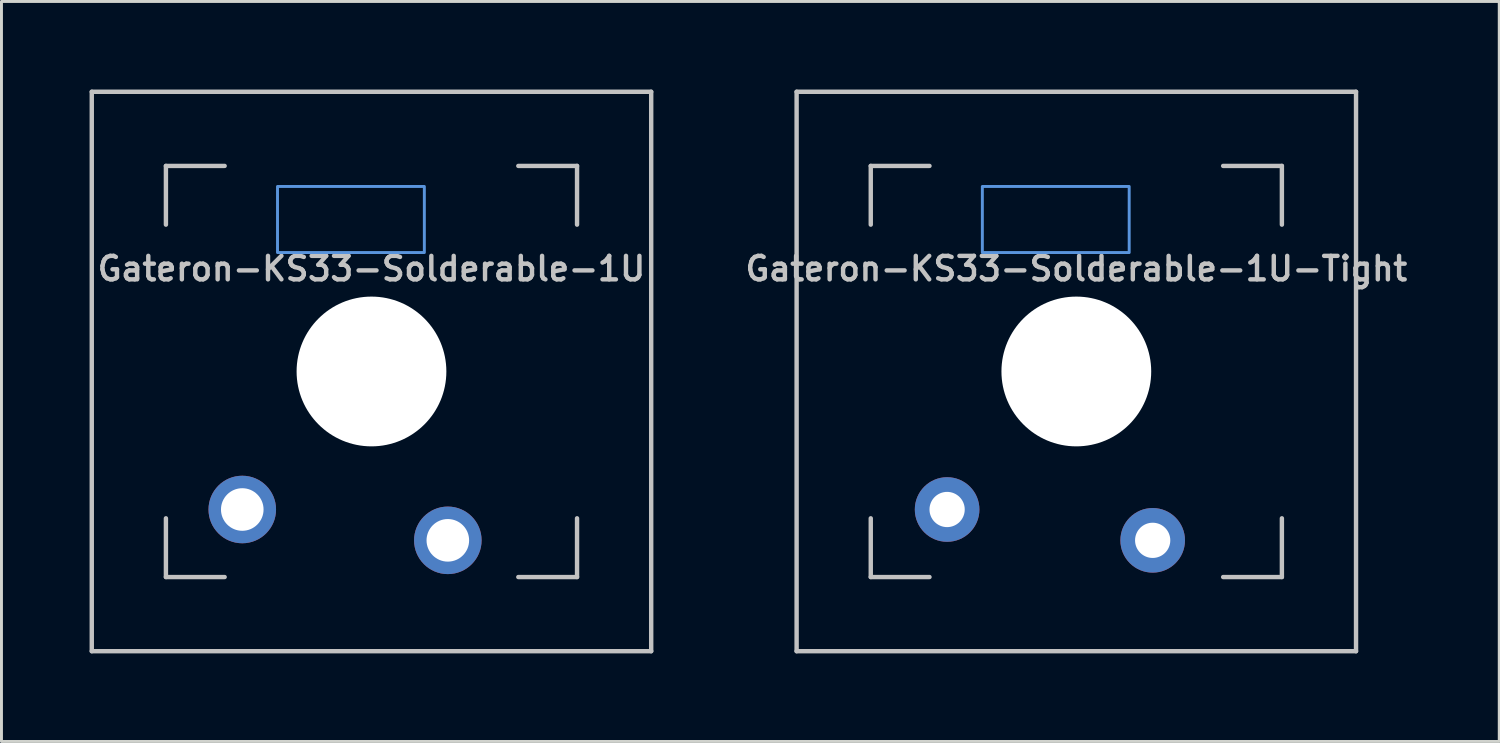
<source format=kicad_pcb>
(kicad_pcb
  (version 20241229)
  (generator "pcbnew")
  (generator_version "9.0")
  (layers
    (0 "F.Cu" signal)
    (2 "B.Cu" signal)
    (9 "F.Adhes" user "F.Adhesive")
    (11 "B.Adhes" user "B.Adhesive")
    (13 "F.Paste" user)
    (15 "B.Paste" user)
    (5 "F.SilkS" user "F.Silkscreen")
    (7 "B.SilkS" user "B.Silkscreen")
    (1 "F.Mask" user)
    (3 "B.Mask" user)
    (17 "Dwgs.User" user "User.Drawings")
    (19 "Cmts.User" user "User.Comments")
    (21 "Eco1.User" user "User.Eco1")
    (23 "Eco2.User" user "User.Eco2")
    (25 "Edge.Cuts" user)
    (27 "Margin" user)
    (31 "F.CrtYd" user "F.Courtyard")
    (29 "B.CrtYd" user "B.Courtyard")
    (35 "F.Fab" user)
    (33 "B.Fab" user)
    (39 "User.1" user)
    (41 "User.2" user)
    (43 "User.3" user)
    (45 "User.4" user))
  (footprint "Gateron-KS33-Solderable-1U"
    (layer "F.Cu")
    (at 9.6 9.6)
    (property "Reference" "Gateron-KS33-Solderable-1U" (at 0 -3.5 0) (layer "Dwgs.User") (effects (font (size 0.8 0.8) (thickness 0.15))))
    (attr through_hole)
    (fp_line (start -9.525 9.525) (end -9.525 -9.525) (stroke (width 0.15) (type solid)) (layer "Dwgs.User"))
    (fp_line (start -7 -7) (end -7 -5) (stroke (width 0.15) (type solid)) (layer "Dwgs.User"))
    (fp_line (start -7 5) (end -7 7) (stroke (width 0.15) (type solid)) (layer "Dwgs.User"))
    (fp_line (start -7 7) (end -5 7) (stroke (width 0.15) (type solid)) (layer "Dwgs.User"))
    (fp_line (start -5 -7) (end -7 -7) (stroke (width 0.15) (type solid)) (layer "Dwgs.User"))
    (fp_line (start 5 -7) (end 7 -7) (stroke (width 0.15) (type solid)) (layer "Dwgs.User"))
    (fp_line (start 5 7) (end 7 7) (stroke (width 0.15) (type solid)) (layer "Dwgs.User"))
    (fp_line (start 7 -7) (end 7 -5) (stroke (width 0.15) (type solid)) (layer "Dwgs.User"))
    (fp_line (start 7 7) (end 7 5) (stroke (width 0.15) (type solid)) (layer "Dwgs.User"))
    (fp_line (start 9.525 -9.525) (end -9.525 -9.525) (stroke (width 0.15) (type solid)) (layer "Dwgs.User"))
    (fp_line (start 9.525 9.525) (end -9.525 9.525) (stroke (width 0.15) (type solid)) (layer "Dwgs.User"))
    (fp_line (start 9.525 9.525) (end 9.525 -9.525) (stroke (width 0.15) (type solid)) (layer "Dwgs.User"))
    (fp_rect (start -3.2 -6.3) (end 1.8 -4.05) (stroke (width 0.1) (type default)) (fill no) (layer "Cmts.User"))
    (pad "" np_thru_hole circle (at 0 0 180) (size 5.1 5.1) (drill 5.1) (layers "*.Cu" "*.Mask"))
    (pad "1" thru_hole circle (at -4.4 4.7 180) (size 2.3 2.3) (drill 1.45) (layers "*.Cu" "B.Mask"))
    (pad "2" thru_hole circle (at 2.6 5.75 180) (size 2.3 2.3) (drill 1.45) (layers "*.Cu" "B.Mask")))
  (footprint "Gateron-KS33-Solderable-1U-Tight"
    (layer "F.Cu")
    (at 33.602 9.6)
    (property "Reference" "Gateron-KS33-Solderable-1U-Tight" (at 0 -3.5 0) (layer "Dwgs.User") (effects (font (size 0.8 0.8) (thickness 0.15))))
    (attr through_hole)
    (fp_line (start -9.525 9.525) (end -9.525 -9.525) (stroke (width 0.15) (type solid)) (layer "Dwgs.User"))
    (fp_line (start -7 -7) (end -7 -5) (stroke (width 0.15) (type solid)) (layer "Dwgs.User"))
    (fp_line (start -7 5) (end -7 7) (stroke (width 0.15) (type solid)) (layer "Dwgs.User"))
    (fp_line (start -7 7) (end -5 7) (stroke (width 0.15) (type solid)) (layer "Dwgs.User"))
    (fp_line (start -5 -7) (end -7 -7) (stroke (width 0.15) (type solid)) (layer "Dwgs.User"))
    (fp_line (start 5 -7) (end 7 -7) (stroke (width 0.15) (type solid)) (layer "Dwgs.User"))
    (fp_line (start 5 7) (end 7 7) (stroke (width 0.15) (type solid)) (layer "Dwgs.User"))
    (fp_line (start 7 -7) (end 7 -5) (stroke (width 0.15) (type solid)) (layer "Dwgs.User"))
    (fp_line (start 7 7) (end 7 5) (stroke (width 0.15) (type solid)) (layer "Dwgs.User"))
    (fp_line (start 9.525 -9.525) (end -9.525 -9.525) (stroke (width 0.15) (type solid)) (layer "Dwgs.User"))
    (fp_line (start 9.525 9.525) (end -9.525 9.525) (stroke (width 0.15) (type solid)) (layer "Dwgs.User"))
    (fp_line (start 9.525 9.525) (end 9.525 -9.525) (stroke (width 0.15) (type solid)) (layer "Dwgs.User"))
    (fp_rect (start -3.2 -6.3) (end 1.8 -4.05) (stroke (width 0.1) (type default)) (fill no) (layer "Cmts.User"))
    (pad "" np_thru_hole circle (at 0 0 180) (size 5.1 5.1) (drill 5.1) (layers "*.Cu" "*.Mask"))
    (pad "1" thru_hole circle (at -4.4 4.7 180) (size 2.2 2.2) (drill 1.2) (layers "*.Cu" "B.Mask"))
    (pad "2" thru_hole circle (at 2.6 5.75 180) (size 2.2 2.2) (drill 1.2) (layers "*.Cu" "B.Mask")))
  (gr_rect
    (start -3 -3)
    (end 48.004 22.2)
    (stroke (width 0.1) (type default))
    (fill no)
    (layer "Edge.Cuts")))
</source>
